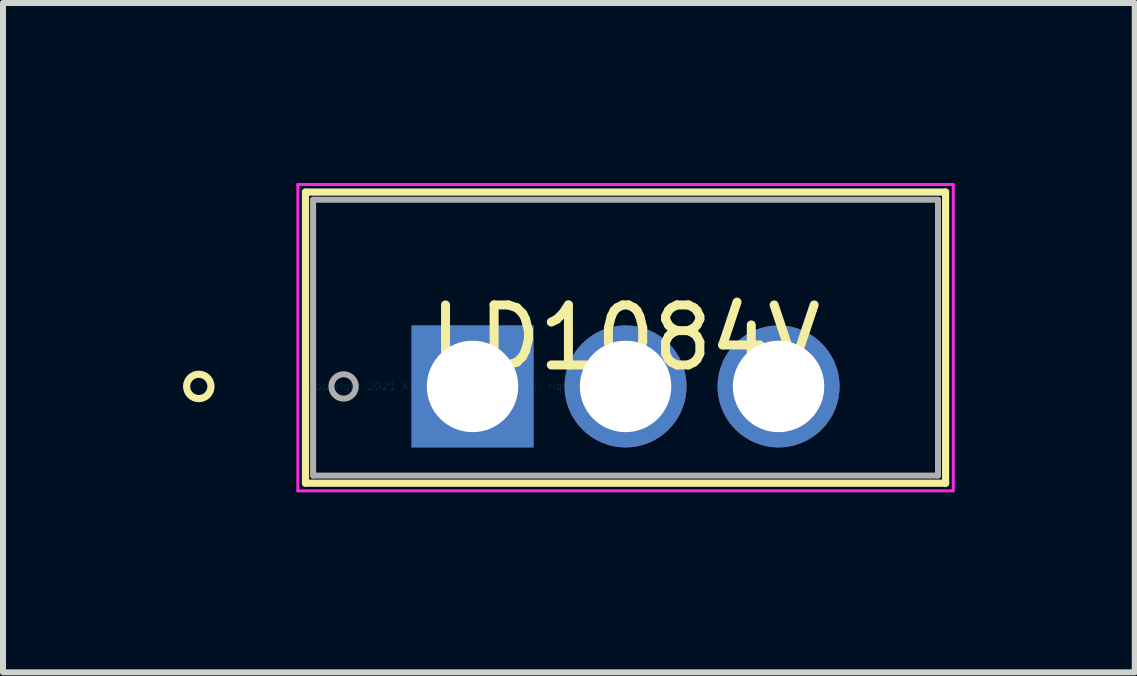
<source format=kicad_pcb>
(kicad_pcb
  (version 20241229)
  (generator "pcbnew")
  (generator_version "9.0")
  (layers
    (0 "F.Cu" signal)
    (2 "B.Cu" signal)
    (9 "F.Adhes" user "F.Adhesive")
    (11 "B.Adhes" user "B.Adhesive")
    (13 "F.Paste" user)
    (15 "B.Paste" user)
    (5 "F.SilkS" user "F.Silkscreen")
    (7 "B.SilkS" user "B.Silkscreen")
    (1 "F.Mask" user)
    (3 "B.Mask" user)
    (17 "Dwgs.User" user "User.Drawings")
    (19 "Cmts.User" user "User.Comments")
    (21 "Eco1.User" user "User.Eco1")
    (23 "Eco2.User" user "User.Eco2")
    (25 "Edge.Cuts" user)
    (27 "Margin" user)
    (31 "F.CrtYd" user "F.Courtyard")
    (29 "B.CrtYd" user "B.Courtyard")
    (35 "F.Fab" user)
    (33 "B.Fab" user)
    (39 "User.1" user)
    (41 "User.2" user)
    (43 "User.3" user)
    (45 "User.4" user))
  (footprint "LD1084V"
    (layer "F.Cu")
    (at 4.825 3.39)
    (property "Reference" "LD1084V" (at 2.55 -0.813 0) (layer "F.SilkS") (effects (font (size 1 1) (thickness 0.15))))
    (attr through_hole)
    (fp_line (start -2.784 -3.239) (end -2.784 1.613) (stroke (width 0.12) (type solid)) (layer "F.SilkS"))
    (fp_line (start -2.784 1.613) (end 7.884 1.613) (stroke (width 0.12) (type solid)) (layer "F.SilkS"))
    (fp_line (start 7.884 -3.239) (end -2.784 -3.239) (stroke (width 0.12) (type solid)) (layer "F.SilkS"))
    (fp_line (start 7.884 1.613) (end 7.884 -3.239) (stroke (width 0.12) (type solid)) (layer "F.SilkS"))
    (fp_circle (center -4.562 0) (end -4.359 0) (stroke (width 0.12) (type solid)) (fill no) (layer "F.SilkS"))
    (fp_line (start -2.911 -3.365) (end 8.011 -3.365) (stroke (width 0.05) (type solid)) (layer "F.CrtYd"))
    (fp_line (start -2.911 1.74) (end -2.911 -3.365) (stroke (width 0.05) (type solid)) (layer "F.CrtYd"))
    (fp_line (start 8.011 -3.365) (end 8.011 1.74) (stroke (width 0.05) (type solid)) (layer "F.CrtYd"))
    (fp_line (start 8.011 1.74) (end -2.911 1.74) (stroke (width 0.05) (type solid)) (layer "F.CrtYd"))
    (fp_line (start -2.657 -3.111) (end -2.657 1.486) (stroke (width 0.1) (type solid)) (layer "F.Fab"))
    (fp_line (start -2.657 1.486) (end 7.757 1.486) (stroke (width 0.1) (type solid)) (layer "F.Fab"))
    (fp_line (start -0.254 0) (end 0.254 0) (stroke (width 0.1) (type solid)) (layer "F.Fab"))
    (fp_line (start 0 0.254) (end 0 -0.254) (stroke (width 0.1) (type solid)) (layer "F.Fab"))
    (fp_line (start 7.757 -3.111) (end -2.657 -3.111) (stroke (width 0.1) (type solid)) (layer "F.Fab"))
    (fp_line (start 7.757 1.486) (end 7.757 -3.111) (stroke (width 0.1) (type solid)) (layer "F.Fab"))
    (fp_circle (center -2.149 0) (end -1.946 0) (stroke (width 0.1) (type solid)) (fill no) (layer "F.Fab"))
    (fp_text user "*" (at 0 0 0) (layer "F.SilkS") (effects (font (size 1 1) (thickness 0.15))))
    (fp_text user "Copyright 2021 Accelerated Designs. All rights reserved." (at 0 0 0) (layer "Cmts.User") (effects (font (size 0.127 0.127) (thickness 0.002))))
    (fp_text user "*" (at 0 0 0) (layer "F.Fab") (effects (font (size 1 1) (thickness 0.15))))
    (pad "1" thru_hole rect (at 0 0) (size 2.032 2.032) (drill 1.524) (layers "*.Cu" "*.Mask"))
    (pad "2" thru_hole circle (at 2.55 0) (size 2.032 2.032) (drill 1.524) (layers "*.Cu" "*.Mask"))
    (pad "3" thru_hole circle (at 5.1 0) (size 2.032 2.032) (drill 1.524) (layers "*.Cu" "*.Mask")))
  (gr_rect
    (start -3 -3)
    (end 15.861 8.155)
    (stroke (width 0.1) (type default))
    (fill no)
    (layer "Edge.Cuts")))
</source>
